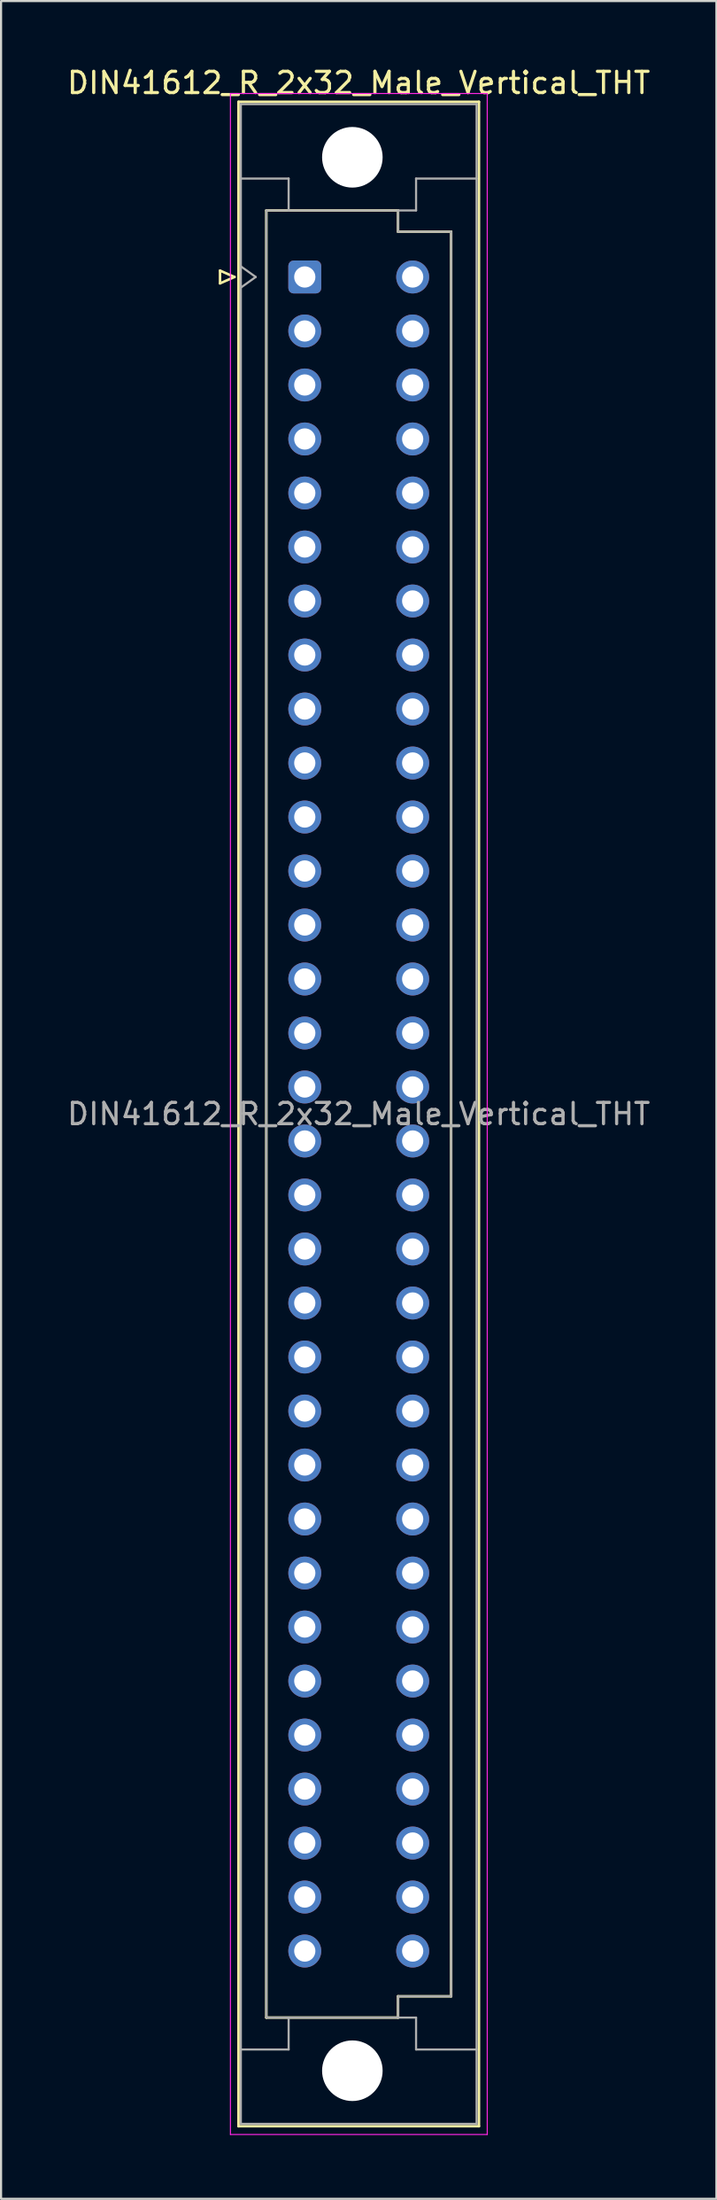
<source format=kicad_pcb>
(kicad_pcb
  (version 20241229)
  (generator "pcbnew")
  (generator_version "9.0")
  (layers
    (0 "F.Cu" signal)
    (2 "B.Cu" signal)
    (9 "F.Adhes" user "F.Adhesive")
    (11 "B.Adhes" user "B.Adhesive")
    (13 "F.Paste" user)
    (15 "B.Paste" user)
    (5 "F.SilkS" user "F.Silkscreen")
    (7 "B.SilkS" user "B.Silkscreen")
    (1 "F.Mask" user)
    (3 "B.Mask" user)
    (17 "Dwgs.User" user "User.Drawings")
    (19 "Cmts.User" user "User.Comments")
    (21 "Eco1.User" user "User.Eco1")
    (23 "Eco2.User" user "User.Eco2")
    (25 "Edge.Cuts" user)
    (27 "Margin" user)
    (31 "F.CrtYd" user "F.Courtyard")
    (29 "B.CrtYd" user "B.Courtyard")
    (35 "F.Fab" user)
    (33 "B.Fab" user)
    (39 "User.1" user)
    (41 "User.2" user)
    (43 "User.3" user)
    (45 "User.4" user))
  (footprint "DIN41612_R_2x32_Male_Vertical_THT"
    (layer "F.Cu")
    (at 11.299 9.978)
    (property "Reference" "DIN41612_R_2x32_Male_Vertical_THT" (at 2.54 -9.13 0) (layer "F.SilkS") (effects (font (size 1 1) (thickness 0.15))))
    (attr through_hole)
    (fp_line (start -3.99 -0.3) (end -3.99 0.3) (stroke (width 0.12) (type solid)) (layer "F.SilkS"))
    (fp_line (start -3.99 0.3) (end -3.31 0) (stroke (width 0.12) (type solid)) (layer "F.SilkS"))
    (fp_line (start -3.31 0) (end -3.99 -0.3) (stroke (width 0.12) (type solid)) (layer "F.SilkS"))
    (fp_line (start -3.12 -8.24) (end 8.2 -8.24) (stroke (width 0.12) (type solid)) (layer "F.SilkS"))
    (fp_line (start -3.12 86.98) (end -3.12 -8.24) (stroke (width 0.12) (type solid)) (layer "F.SilkS"))
    (fp_line (start -1.81 -3.131) (end 4.39 -3.131) (stroke (width 0.12) (type solid)) (layer "F.SilkS"))
    (fp_line (start -1.81 81.87) (end -1.81 -3.131) (stroke (width 0.12) (type solid)) (layer "F.SilkS"))
    (fp_line (start 4.39 -3.131) (end 4.39 -2.131) (stroke (width 0.12) (type solid)) (layer "F.SilkS"))
    (fp_line (start 4.39 -2.131) (end 6.89 -2.131) (stroke (width 0.12) (type solid)) (layer "F.SilkS"))
    (fp_line (start 4.39 80.87) (end 4.39 81.87) (stroke (width 0.12) (type solid)) (layer "F.SilkS"))
    (fp_line (start 4.39 81.87) (end -1.81 81.87) (stroke (width 0.12) (type solid)) (layer "F.SilkS"))
    (fp_line (start 6.89 -2.131) (end 6.89 80.87) (stroke (width 0.12) (type solid)) (layer "F.SilkS"))
    (fp_line (start 6.89 80.87) (end 4.39 80.87) (stroke (width 0.12) (type solid)) (layer "F.SilkS"))
    (fp_line (start 8.2 -8.24) (end 8.2 86.98) (stroke (width 0.12) (type solid)) (layer "F.SilkS"))
    (fp_line (start 8.2 86.98) (end -3.12 86.98) (stroke (width 0.12) (type solid)) (layer "F.SilkS"))
    (fp_line (start -3.5 -8.63) (end 8.59 -8.63) (stroke (width 0.05) (type solid)) (layer "F.CrtYd"))
    (fp_line (start -3.5 87.37) (end -3.5 -8.63) (stroke (width 0.05) (type solid)) (layer "F.CrtYd"))
    (fp_line (start 8.59 -8.63) (end 8.59 87.37) (stroke (width 0.05) (type solid)) (layer "F.CrtYd"))
    (fp_line (start 8.59 87.37) (end -3.5 87.37) (stroke (width 0.05) (type solid)) (layer "F.CrtYd"))
    (fp_line (start -3.01 -8.13) (end 8.09 -8.13) (stroke (width 0.1) (type solid)) (layer "F.Fab"))
    (fp_line (start -3.01 -4.63) (end -0.76 -4.63) (stroke (width 0.1) (type solid)) (layer "F.Fab"))
    (fp_line (start -3.01 -0.5) (end -2.31 0) (stroke (width 0.1) (type solid)) (layer "F.Fab"))
    (fp_line (start -3.01 83.37) (end -0.76 83.37) (stroke (width 0.1) (type solid)) (layer "F.Fab"))
    (fp_line (start -3.01 86.87) (end -3.01 -8.13) (stroke (width 0.1) (type solid)) (layer "F.Fab"))
    (fp_line (start -2.31 0) (end -3.01 0.5) (stroke (width 0.1) (type solid)) (layer "F.Fab"))
    (fp_line (start -1.81 -3.13) (end 4.39 -3.13) (stroke (width 0.1) (type solid)) (layer "F.Fab"))
    (fp_line (start -1.81 81.87) (end -1.81 -3.13) (stroke (width 0.1) (type solid)) (layer "F.Fab"))
    (fp_line (start -0.76 -4.63) (end -0.76 -3.13) (stroke (width 0.1) (type solid)) (layer "F.Fab"))
    (fp_line (start -0.76 83.37) (end -0.76 81.87) (stroke (width 0.1) (type solid)) (layer "F.Fab"))
    (fp_line (start 4.39 -3.13) (end 4.39 -2.13) (stroke (width 0.1) (type solid)) (layer "F.Fab"))
    (fp_line (start 4.39 -3.13) (end 5.24 -3.13) (stroke (width 0.1) (type solid)) (layer "F.Fab"))
    (fp_line (start 4.39 -2.13) (end 6.89 -2.13) (stroke (width 0.1) (type solid)) (layer "F.Fab"))
    (fp_line (start 4.39 80.87) (end 4.39 81.87) (stroke (width 0.1) (type solid)) (layer "F.Fab"))
    (fp_line (start 4.39 81.87) (end -1.81 81.87) (stroke (width 0.1) (type solid)) (layer "F.Fab"))
    (fp_line (start 4.39 81.87) (end 5.24 81.87) (stroke (width 0.1) (type solid)) (layer "F.Fab"))
    (fp_line (start 5.24 -4.63) (end 8.09 -4.63) (stroke (width 0.1) (type solid)) (layer "F.Fab"))
    (fp_line (start 5.24 -3.13) (end 5.24 -4.63) (stroke (width 0.1) (type solid)) (layer "F.Fab"))
    (fp_line (start 5.24 81.87) (end 5.24 83.37) (stroke (width 0.1) (type solid)) (layer "F.Fab"))
    (fp_line (start 5.24 83.37) (end 8.09 83.37) (stroke (width 0.1) (type solid)) (layer "F.Fab"))
    (fp_line (start 6.89 -2.13) (end 6.89 80.87) (stroke (width 0.1) (type solid)) (layer "F.Fab"))
    (fp_line (start 6.89 80.87) (end 4.39 80.87) (stroke (width 0.1) (type solid)) (layer "F.Fab"))
    (fp_line (start 8.09 -8.13) (end 8.09 86.87) (stroke (width 0.1) (type solid)) (layer "F.Fab"))
    (fp_line (start 8.09 86.87) (end -3.01 86.87) (stroke (width 0.1) (type solid)) (layer "F.Fab"))
    (fp_text user "${REFERENCE}" (at 2.54 39.37 0) (layer "F.Fab") (effects (font (size 1 1) (thickness 0.15))))
    (pad "" np_thru_hole circle (at 2.24 -5.63) (size 2.85 2.85) (drill 2.85) (layers "*.Cu" "*.Mask"))
    (pad "" np_thru_hole circle (at 2.24 84.37) (size 2.85 2.85) (drill 2.85) (layers "*.Cu" "*.Mask"))
    (pad "a1" thru_hole roundrect (at 0 0) (size 1.55 1.55) (drill 1) (layers "*.Cu" "*.Mask") (roundrect_rratio 0.161))
    (pad "a2" thru_hole circle (at 0 2.54) (size 1.55 1.55) (drill 1) (layers "*.Cu" "*.Mask"))
    (pad "a3" thru_hole circle (at 0 5.08) (size 1.55 1.55) (drill 1) (layers "*.Cu" "*.Mask"))
    (pad "a4" thru_hole circle (at 0 7.62) (size 1.55 1.55) (drill 1) (layers "*.Cu" "*.Mask"))
    (pad "a5" thru_hole circle (at 0 10.16) (size 1.55 1.55) (drill 1) (layers "*.Cu" "*.Mask"))
    (pad "a6" thru_hole circle (at 0 12.7) (size 1.55 1.55) (drill 1) (layers "*.Cu" "*.Mask"))
    (pad "a7" thru_hole circle (at 0 15.24) (size 1.55 1.55) (drill 1) (layers "*.Cu" "*.Mask"))
    (pad "a8" thru_hole circle (at 0 17.78) (size 1.55 1.55) (drill 1) (layers "*.Cu" "*.Mask"))
    (pad "a9" thru_hole circle (at 0 20.32) (size 1.55 1.55) (drill 1) (layers "*.Cu" "*.Mask"))
    (pad "a10" thru_hole circle (at 0 22.86) (size 1.55 1.55) (drill 1) (layers "*.Cu" "*.Mask"))
    (pad "a11" thru_hole circle (at 0 25.4) (size 1.55 1.55) (drill 1) (layers "*.Cu" "*.Mask"))
    (pad "a12" thru_hole circle (at 0 27.94) (size 1.55 1.55) (drill 1) (layers "*.Cu" "*.Mask"))
    (pad "a13" thru_hole circle (at 0 30.48) (size 1.55 1.55) (drill 1) (layers "*.Cu" "*.Mask"))
    (pad "a14" thru_hole circle (at 0 33.02) (size 1.55 1.55) (drill 1) (layers "*.Cu" "*.Mask"))
    (pad "a15" thru_hole circle (at 0 35.56) (size 1.55 1.55) (drill 1) (layers "*.Cu" "*.Mask"))
    (pad "a16" thru_hole circle (at 0 38.1) (size 1.55 1.55) (drill 1) (layers "*.Cu" "*.Mask"))
    (pad "a17" thru_hole circle (at 0 40.64) (size 1.55 1.55) (drill 1) (layers "*.Cu" "*.Mask"))
    (pad "a18" thru_hole circle (at 0 43.18) (size 1.55 1.55) (drill 1) (layers "*.Cu" "*.Mask"))
    (pad "a19" thru_hole circle (at 0 45.72) (size 1.55 1.55) (drill 1) (layers "*.Cu" "*.Mask"))
    (pad "a20" thru_hole circle (at 0 48.26) (size 1.55 1.55) (drill 1) (layers "*.Cu" "*.Mask"))
    (pad "a21" thru_hole circle (at 0 50.8) (size 1.55 1.55) (drill 1) (layers "*.Cu" "*.Mask"))
    (pad "a22" thru_hole circle (at 0 53.34) (size 1.55 1.55) (drill 1) (layers "*.Cu" "*.Mask"))
    (pad "a23" thru_hole circle (at 0 55.88) (size 1.55 1.55) (drill 1) (layers "*.Cu" "*.Mask"))
    (pad "a24" thru_hole circle (at 0 58.42) (size 1.55 1.55) (drill 1) (layers "*.Cu" "*.Mask"))
    (pad "a25" thru_hole circle (at 0 60.96) (size 1.55 1.55) (drill 1) (layers "*.Cu" "*.Mask"))
    (pad "a26" thru_hole circle (at 0 63.5) (size 1.55 1.55) (drill 1) (layers "*.Cu" "*.Mask"))
    (pad "a27" thru_hole circle (at 0 66.04) (size 1.55 1.55) (drill 1) (layers "*.Cu" "*.Mask"))
    (pad "a28" thru_hole circle (at 0 68.58) (size 1.55 1.55) (drill 1) (layers "*.Cu" "*.Mask"))
    (pad "a29" thru_hole circle (at 0 71.12) (size 1.55 1.55) (drill 1) (layers "*.Cu" "*.Mask"))
    (pad "a30" thru_hole circle (at 0 73.66) (size 1.55 1.55) (drill 1) (layers "*.Cu" "*.Mask"))
    (pad "a31" thru_hole circle (at 0 76.2) (size 1.55 1.55) (drill 1) (layers "*.Cu" "*.Mask"))
    (pad "a32" thru_hole circle (at 0 78.74) (size 1.55 1.55) (drill 1) (layers "*.Cu" "*.Mask"))
    (pad "c1" thru_hole circle (at 5.08 0) (size 1.55 1.55) (drill 1) (layers "*.Cu" "*.Mask"))
    (pad "c2" thru_hole circle (at 5.08 2.54) (size 1.55 1.55) (drill 1) (layers "*.Cu" "*.Mask"))
    (pad "c3" thru_hole circle (at 5.08 5.08) (size 1.55 1.55) (drill 1) (layers "*.Cu" "*.Mask"))
    (pad "c4" thru_hole circle (at 5.08 7.62) (size 1.55 1.55) (drill 1) (layers "*.Cu" "*.Mask"))
    (pad "c5" thru_hole circle (at 5.08 10.16) (size 1.55 1.55) (drill 1) (layers "*.Cu" "*.Mask"))
    (pad "c6" thru_hole circle (at 5.08 12.7) (size 1.55 1.55) (drill 1) (layers "*.Cu" "*.Mask"))
    (pad "c7" thru_hole circle (at 5.08 15.24) (size 1.55 1.55) (drill 1) (layers "*.Cu" "*.Mask"))
    (pad "c8" thru_hole circle (at 5.08 17.78) (size 1.55 1.55) (drill 1) (layers "*.Cu" "*.Mask"))
    (pad "c9" thru_hole circle (at 5.08 20.32) (size 1.55 1.55) (drill 1) (layers "*.Cu" "*.Mask"))
    (pad "c10" thru_hole circle (at 5.08 22.86) (size 1.55 1.55) (drill 1) (layers "*.Cu" "*.Mask"))
    (pad "c11" thru_hole circle (at 5.08 25.4) (size 1.55 1.55) (drill 1) (layers "*.Cu" "*.Mask"))
    (pad "c12" thru_hole circle (at 5.08 27.94) (size 1.55 1.55) (drill 1) (layers "*.Cu" "*.Mask"))
    (pad "c13" thru_hole circle (at 5.08 30.48) (size 1.55 1.55) (drill 1) (layers "*.Cu" "*.Mask"))
    (pad "c14" thru_hole circle (at 5.08 33.02) (size 1.55 1.55) (drill 1) (layers "*.Cu" "*.Mask"))
    (pad "c15" thru_hole circle (at 5.08 35.56) (size 1.55 1.55) (drill 1) (layers "*.Cu" "*.Mask"))
    (pad "c16" thru_hole circle (at 5.08 38.1) (size 1.55 1.55) (drill 1) (layers "*.Cu" "*.Mask"))
    (pad "c17" thru_hole circle (at 5.08 40.64) (size 1.55 1.55) (drill 1) (layers "*.Cu" "*.Mask"))
    (pad "c18" thru_hole circle (at 5.08 43.18) (size 1.55 1.55) (drill 1) (layers "*.Cu" "*.Mask"))
    (pad "c19" thru_hole circle (at 5.08 45.72) (size 1.55 1.55) (drill 1) (layers "*.Cu" "*.Mask"))
    (pad "c20" thru_hole circle (at 5.08 48.26) (size 1.55 1.55) (drill 1) (layers "*.Cu" "*.Mask"))
    (pad "c21" thru_hole circle (at 5.08 50.8) (size 1.55 1.55) (drill 1) (layers "*.Cu" "*.Mask"))
    (pad "c22" thru_hole circle (at 5.08 53.34) (size 1.55 1.55) (drill 1) (layers "*.Cu" "*.Mask"))
    (pad "c23" thru_hole circle (at 5.08 55.88) (size 1.55 1.55) (drill 1) (layers "*.Cu" "*.Mask"))
    (pad "c24" thru_hole circle (at 5.08 58.42) (size 1.55 1.55) (drill 1) (layers "*.Cu" "*.Mask"))
    (pad "c25" thru_hole circle (at 5.08 60.96) (size 1.55 1.55) (drill 1) (layers "*.Cu" "*.Mask"))
    (pad "c26" thru_hole circle (at 5.08 63.5) (size 1.55 1.55) (drill 1) (layers "*.Cu" "*.Mask"))
    (pad "c27" thru_hole circle (at 5.08 66.04) (size 1.55 1.55) (drill 1) (layers "*.Cu" "*.Mask"))
    (pad "c28" thru_hole circle (at 5.08 68.58) (size 1.55 1.55) (drill 1) (layers "*.Cu" "*.Mask"))
    (pad "c29" thru_hole circle (at 5.08 71.12) (size 1.55 1.55) (drill 1) (layers "*.Cu" "*.Mask"))
    (pad "c30" thru_hole circle (at 5.08 73.66) (size 1.55 1.55) (drill 1) (layers "*.Cu" "*.Mask"))
    (pad "c31" thru_hole circle (at 5.08 76.2) (size 1.55 1.55) (drill 1) (layers "*.Cu" "*.Mask"))
    (pad "c32" thru_hole circle (at 5.08 78.74) (size 1.55 1.55) (drill 1) (layers "*.Cu" "*.Mask")))
  (gr_rect
    (start -3 -3)
    (end 30.679 100.373)
    (stroke (width 0.1) (type default))
    (fill no)
    (layer "Edge.Cuts")))
</source>
